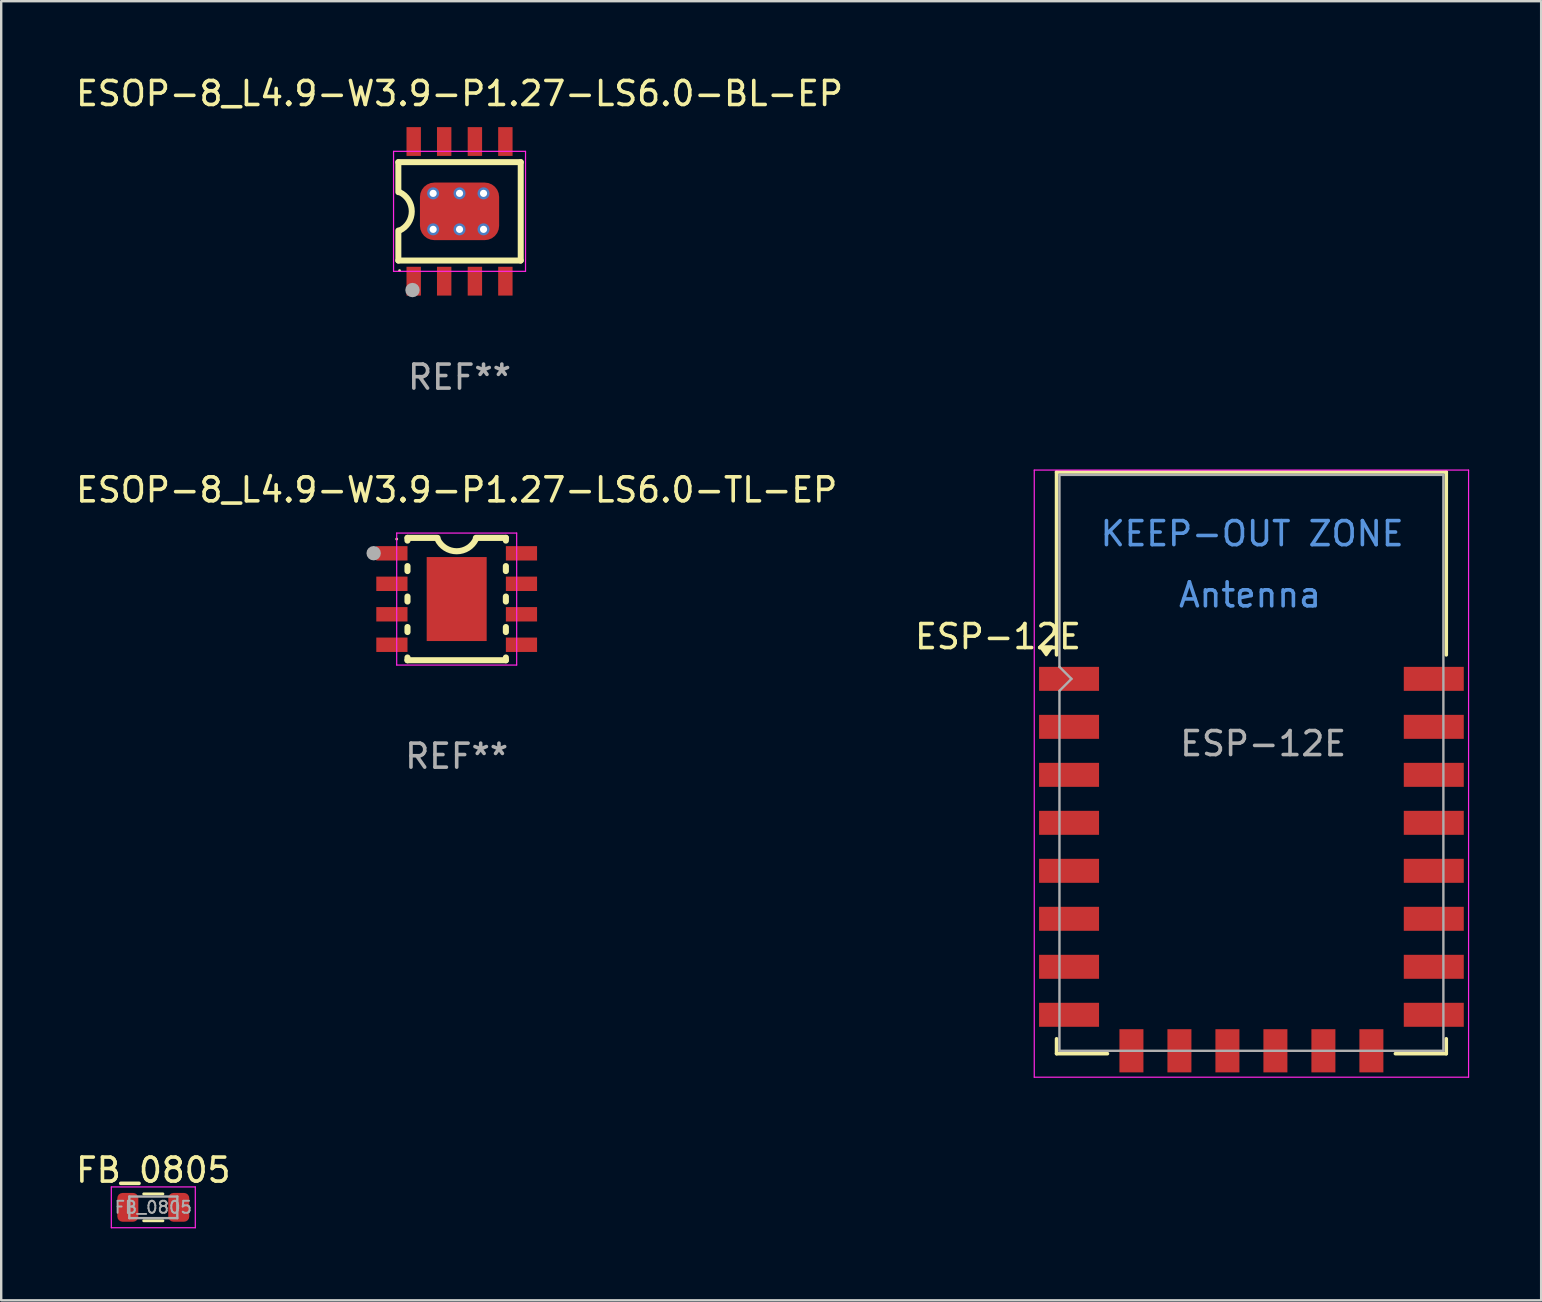
<source format=kicad_pcb>
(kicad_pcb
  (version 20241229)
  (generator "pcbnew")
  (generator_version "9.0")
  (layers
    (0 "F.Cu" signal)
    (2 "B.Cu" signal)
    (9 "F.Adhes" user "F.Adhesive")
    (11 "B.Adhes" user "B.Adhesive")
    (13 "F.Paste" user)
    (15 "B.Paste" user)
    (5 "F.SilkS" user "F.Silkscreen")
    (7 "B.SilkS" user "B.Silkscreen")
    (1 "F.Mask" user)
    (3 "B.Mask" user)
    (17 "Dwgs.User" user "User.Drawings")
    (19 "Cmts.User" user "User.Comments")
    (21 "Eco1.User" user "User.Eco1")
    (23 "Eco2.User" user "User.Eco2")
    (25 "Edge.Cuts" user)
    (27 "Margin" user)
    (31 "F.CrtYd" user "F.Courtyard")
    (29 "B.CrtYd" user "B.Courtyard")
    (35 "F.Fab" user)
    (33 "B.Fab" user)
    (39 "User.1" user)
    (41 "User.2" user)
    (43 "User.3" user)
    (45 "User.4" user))
  (footprint "FB_0805"
    (layer "F.Cu")
    (at 3.339 47.265)
    (property "Reference" "FB_0805" (at 0 -1.55 0) (layer "F.SilkS") (effects (font (size 1 1) (thickness 0.15))))
    (attr smd)
    (fp_line (start -0.4 -0.56) (end 0.4 -0.56) (stroke (width 0.12) (type solid)) (layer "F.SilkS"))
    (fp_line (start -0.4 0.56) (end 0.4 0.56) (stroke (width 0.12) (type solid)) (layer "F.SilkS"))
    (fp_line (start -1.75 -0.85) (end 1.75 -0.85) (stroke (width 0.05) (type solid)) (layer "F.CrtYd"))
    (fp_line (start -1.75 0.85) (end -1.75 -0.85) (stroke (width 0.05) (type solid)) (layer "F.CrtYd"))
    (fp_line (start 1.75 -0.85) (end 1.75 0.85) (stroke (width 0.05) (type solid)) (layer "F.CrtYd"))
    (fp_line (start 1.75 0.85) (end -1.75 0.85) (stroke (width 0.05) (type solid)) (layer "F.CrtYd"))
    (fp_line (start -1 -0.45) (end 1 -0.45) (stroke (width 0.1) (type solid)) (layer "F.Fab"))
    (fp_line (start -1 0.45) (end -1 -0.45) (stroke (width 0.1) (type solid)) (layer "F.Fab"))
    (fp_line (start 1 -0.45) (end 1 0.45) (stroke (width 0.1) (type solid)) (layer "F.Fab"))
    (fp_line (start 1 0.45) (end -1 0.45) (stroke (width 0.1) (type solid)) (layer "F.Fab"))
    (fp_text user "${REFERENCE}" (at 0 0 0) (layer "F.Fab") (effects (font (size 0.5 0.5) (thickness 0.08))))
    (pad "1" smd roundrect (at -1.062 0) (size 0.875 1.2) (layers "F.Cu" "F.Mask" "F.Paste") (roundrect_rratio 0.25))
    (pad "2" smd roundrect (at 1.062 0) (size 0.875 1.2) (layers "F.Cu" "F.Mask" "F.Paste") (roundrect_rratio 0.25)))
  (footprint "ESP-12E"
    (layer "F.Cu")
    (at 49.102 28.741)
    (property "Reference" "ESP-12E" (at -10.56 -5.26 0) (layer "F.SilkS") (effects (font (size 1 1) (thickness 0.15))))
    (attr smd)
    (fp_line (start -8.12 -12.12) (end 8.12 -12.12) (stroke (width 0.15) (type solid)) (layer "F.SilkS"))
    (fp_line (start -8.12 -4.5) (end -8.12 -12.12) (stroke (width 0.15) (type solid)) (layer "F.SilkS"))
    (fp_line (start -8.12 12.12) (end -8.12 11.5) (stroke (width 0.15) (type solid)) (layer "F.SilkS"))
    (fp_line (start -6 12.12) (end -8.12 12.12) (stroke (width 0.15) (type solid)) (layer "F.SilkS"))
    (fp_line (start 8.12 -12.12) (end 8.12 -4.5) (stroke (width 0.15) (type solid)) (layer "F.SilkS"))
    (fp_line (start 8.12 11.5) (end 8.12 12.12) (stroke (width 0.15) (type solid)) (layer "F.SilkS"))
    (fp_line (start 8.12 12.12) (end 6 12.12) (stroke (width 0.15) (type solid)) (layer "F.SilkS"))
    (fp_poly (pts (xy -8.55 -4.5) (xy -8.79 -4.836) (xy -8.31 -4.836) (xy -8.55 -4.5)) (stroke (width 0.12) (type solid)) (fill yes) (layer "F.SilkS"))
    (fp_line (start -9.05 -12.2) (end 9.05 -12.2) (stroke (width 0.05) (type solid)) (layer "F.CrtYd"))
    (fp_line (start -9.05 13.1) (end -9.05 -12.2) (stroke (width 0.05) (type solid)) (layer "F.CrtYd"))
    (fp_line (start 9.05 -12.2) (end 9.05 13.1) (stroke (width 0.05) (type solid)) (layer "F.CrtYd"))
    (fp_line (start 9.05 13.1) (end -9.05 13.1) (stroke (width 0.05) (type solid)) (layer "F.CrtYd"))
    (fp_line (start -8 -12) (end 8 -12) (stroke (width 0.1) (type solid)) (layer "F.Fab"))
    (fp_line (start -8 -4) (end -8 -12) (stroke (width 0.1) (type solid)) (layer "F.Fab"))
    (fp_line (start -8 -3) (end -7.5 -3.5) (stroke (width 0.1) (type solid)) (layer "F.Fab"))
    (fp_line (start -8 12) (end -8 -3) (stroke (width 0.1) (type solid)) (layer "F.Fab"))
    (fp_line (start -7.5 -3.5) (end -8 -4) (stroke (width 0.1) (type solid)) (layer "F.Fab"))
    (fp_line (start 8 -12) (end 8 12) (stroke (width 0.1) (type solid)) (layer "F.Fab"))
    (fp_line (start 8 12) (end -8 12) (stroke (width 0.1) (type solid)) (layer "F.Fab"))
    (fp_text user "Antenna" (at -0.06 -7 180) (layer "Cmts.User") (effects (font (size 1 1) (thickness 0.15))))
    (fp_text user "KEEP-OUT ZONE" (at 0.03 -9.55 180) (layer "Cmts.User") (effects (font (size 1 1) (thickness 0.15))))
    (fp_text user "${REFERENCE}" (at 0.49 -0.8 0) (layer "F.Fab") (effects (font (size 1 1) (thickness 0.15))))
    (pad "1" smd rect (at -7.6 -3.5) (size 2.5 1) (layers "F.Cu" "F.Mask" "F.Paste"))
    (pad "2" smd rect (at -7.6 -1.5) (size 2.5 1) (layers "F.Cu" "F.Mask" "F.Paste"))
    (pad "3" smd rect (at -7.6 0.5) (size 2.5 1) (layers "F.Cu" "F.Mask" "F.Paste"))
    (pad "4" smd rect (at -7.6 2.5) (size 2.5 1) (layers "F.Cu" "F.Mask" "F.Paste"))
    (pad "5" smd rect (at -7.6 4.5) (size 2.5 1) (layers "F.Cu" "F.Mask" "F.Paste"))
    (pad "6" smd rect (at -7.6 6.5) (size 2.5 1) (layers "F.Cu" "F.Mask" "F.Paste"))
    (pad "7" smd rect (at -7.6 8.5) (size 2.5 1) (layers "F.Cu" "F.Mask" "F.Paste"))
    (pad "8" smd rect (at -7.6 10.5) (size 2.5 1) (layers "F.Cu" "F.Mask" "F.Paste"))
    (pad "9" smd rect (at -5 12) (size 1 1.8) (layers "F.Cu" "F.Mask" "F.Paste"))
    (pad "10" smd rect (at -3 12) (size 1 1.8) (layers "F.Cu" "F.Mask" "F.Paste"))
    (pad "11" smd rect (at -1 12) (size 1 1.8) (layers "F.Cu" "F.Mask" "F.Paste"))
    (pad "12" smd rect (at 1 12) (size 1 1.8) (layers "F.Cu" "F.Mask" "F.Paste"))
    (pad "13" smd rect (at 3 12) (size 1 1.8) (layers "F.Cu" "F.Mask" "F.Paste"))
    (pad "14" smd rect (at 5 12) (size 1 1.8) (layers "F.Cu" "F.Mask" "F.Paste"))
    (pad "15" smd rect (at 7.6 10.5) (size 2.5 1) (layers "F.Cu" "F.Mask" "F.Paste"))
    (pad "16" smd rect (at 7.6 8.5) (size 2.5 1) (layers "F.Cu" "F.Mask" "F.Paste"))
    (pad "17" smd rect (at 7.6 6.5) (size 2.5 1) (layers "F.Cu" "F.Mask" "F.Paste"))
    (pad "18" smd rect (at 7.6 4.5) (size 2.5 1) (layers "F.Cu" "F.Mask" "F.Paste"))
    (pad "19" smd rect (at 7.6 2.5) (size 2.5 1) (layers "F.Cu" "F.Mask" "F.Paste"))
    (pad "20" smd rect (at 7.6 0.5) (size 2.5 1) (layers "F.Cu" "F.Mask" "F.Paste"))
    (pad "21" smd rect (at 7.6 -1.5) (size 2.5 1) (layers "F.Cu" "F.Mask" "F.Paste"))
    (pad "22" smd rect (at 7.6 -3.5) (size 2.5 1) (layers "F.Cu" "F.Mask" "F.Paste"))
    (zone (net_name "") (layers "F.Cu" "B.Cu") (hatch full 0.508) (connect_pads) (min_thickness 0.254) (filled_areas_thickness no) (keepout (tracks not_allowed) (vias not_allowed) (pads not_allowed) (copperpour not_allowed) (footprints not_allowed)) (placement (enabled no)) (fill) (polygon (pts (xy 40.982 23.942) (xy 57.222 23.942) (xy 57.222 16.622) (xy 40.982 16.622)))))
  (footprint "ESOP-8_L4.9-W3.9-P1.27-LS6.0-TL-EP"
    (layer "F.Cu")
    (at 15.982 21.915)
    (property "Reference" "ESOP-8_L4.9-W3.9-P1.27-LS6.0-TL-EP" (at 0 -4.55 0) (layer "F.SilkS") (effects (font (size 1 1) (thickness 0.15))))
    (attr smd)
    (fp_line (start -2.05 -2.55) (end -2.05 -2.436) (stroke (width 0.254) (type solid)) (layer "F.SilkS"))
    (fp_line (start -2.05 -1.374) (end -2.05 -1.166) (stroke (width 0.254) (type solid)) (layer "F.SilkS"))
    (fp_line (start -2.05 -0.104) (end -2.05 0.104) (stroke (width 0.254) (type solid)) (layer "F.SilkS"))
    (fp_line (start -2.05 1.166) (end -2.05 1.374) (stroke (width 0.254) (type solid)) (layer "F.SilkS"))
    (fp_line (start -2.05 2.436) (end -2.05 2.55) (stroke (width 0.254) (type solid)) (layer "F.SilkS"))
    (fp_line (start -0.8 -2.55) (end -2.05 -2.55) (stroke (width 0.254) (type solid)) (layer "F.SilkS"))
    (fp_line (start 0.8 -2.55) (end 2.05 -2.55) (stroke (width 0.254) (type solid)) (layer "F.SilkS"))
    (fp_line (start 2.05 -2.55) (end 2.05 -2.436) (stroke (width 0.254) (type solid)) (layer "F.SilkS"))
    (fp_line (start 2.05 -1.374) (end 2.05 -1.166) (stroke (width 0.254) (type solid)) (layer "F.SilkS"))
    (fp_line (start 2.05 -0.104) (end 2.05 0.104) (stroke (width 0.254) (type solid)) (layer "F.SilkS"))
    (fp_line (start 2.05 1.166) (end 2.05 1.374) (stroke (width 0.254) (type solid)) (layer "F.SilkS"))
    (fp_line (start 2.05 2.436) (end 2.05 2.55) (stroke (width 0.254) (type solid)) (layer "F.SilkS"))
    (fp_line (start 2.05 2.55) (end -2.05 2.55) (stroke (width 0.254) (type solid)) (layer "F.SilkS"))
    (fp_arc (start 0.800102 -2.5) (mid 0 -1.991544) (end -0.800102 -2.5) (stroke (width 0.254001) (type solid)) (layer "F.SilkS"))
    (fp_circle (center -2.5 -2.5) (end -2.47 -2.5) (stroke (width 0.06) (type solid)) (fill no) (layer "F.SilkS"))
    (fp_line (start -2.5 -2.75) (end -2.5 2.75) (stroke (width 0.05) (type default)) (layer "F.CrtYd"))
    (fp_line (start -2.5 2.75) (end 2.5 2.75) (stroke (width 0.05) (type default)) (layer "F.CrtYd"))
    (fp_line (start 2.5 -2.75) (end -2.5 -2.75) (stroke (width 0.05) (type default)) (layer "F.CrtYd"))
    (fp_line (start 2.5 2.75) (end 2.5 -2.75) (stroke (width 0.05) (type default)) (layer "F.CrtYd"))
    (fp_circle (center -3.46 -1.91) (end -3.31 -1.91) (stroke (width 0.3) (type solid)) (fill no) (layer "F.Fab"))
    (fp_text user "REF**" (at 0 6.55 0) (layer "F.Fab") (effects (font (size 1 1) (thickness 0.15))))
    (pad "1" smd rect (at -2.7 -1.905) (size 1.3 0.6) (layers "F.Cu" "F.Mask" "F.Paste"))
    (pad "2" smd rect (at -2.7 -0.635) (size 1.3 0.6) (layers "F.Cu" "F.Mask" "F.Paste"))
    (pad "3" smd rect (at -2.7 0.635) (size 1.3 0.6) (layers "F.Cu" "F.Mask" "F.Paste"))
    (pad "4" smd rect (at -2.7 1.905) (size 1.3 0.6) (layers "F.Cu" "F.Mask" "F.Paste"))
    (pad "5" smd rect (at 2.7 1.905) (size 1.3 0.6) (layers "F.Cu" "F.Mask" "F.Paste"))
    (pad "6" smd rect (at 2.7 0.635) (size 1.3 0.6) (layers "F.Cu" "F.Mask" "F.Paste"))
    (pad "7" smd rect (at 2.7 -0.635) (size 1.3 0.6) (layers "F.Cu" "F.Mask" "F.Paste"))
    (pad "8" smd rect (at 2.7 -1.905) (size 1.3 0.6) (layers "F.Cu" "F.Mask" "F.Paste"))
    (pad "9" smd rect (at 0.000127 0) (size 2.5 3.5) (layers "F.Cu" "F.Mask" "F.Paste")))
  (footprint "ESOP-8_L4.9-W3.9-P1.27-LS6.0-BL-EP"
    (layer "F.Cu")
    (at 16.101 5.758)
    (property "Reference" "ESOP-8_L4.9-W3.9-P1.27-LS6.0-BL-EP" (at 0 -4.91 0) (layer "F.SilkS") (effects (font (size 1 1) (thickness 0.15))))
    (attr smd)
    (fp_line (start -2.55 -2.05) (end 2.55 -2.05) (stroke (width 0.25) (type solid)) (layer "F.SilkS"))
    (fp_line (start -2.55 -0.8) (end -2.55 -2.05) (stroke (width 0.25) (type solid)) (layer "F.SilkS"))
    (fp_line (start -2.55 0.8) (end -2.55 2.05) (stroke (width 0.25) (type solid)) (layer "F.SilkS"))
    (fp_line (start 2.55 -2.05) (end 2.55 2.05) (stroke (width 0.25) (type solid)) (layer "F.SilkS"))
    (fp_line (start 2.55 2.05) (end -2.55 2.05) (stroke (width 0.25) (type solid)) (layer "F.SilkS"))
    (fp_arc (start -2.5 -0.8) (mid -1.99 0) (end -2.5 0.8) (stroke (width 0.25) (type solid)) (layer "F.SilkS"))
    (fp_circle (center -2.5 2.47) (end -2.47 2.47) (stroke (width 0.06) (type solid)) (fill no) (layer "F.SilkS"))
    (fp_line (start -2.75 -2.5) (end 2.75 -2.5) (stroke (width 0.05) (type default)) (layer "F.CrtYd"))
    (fp_line (start -2.75 2.5) (end -2.75 -2.5) (stroke (width 0.05) (type default)) (layer "F.CrtYd"))
    (fp_line (start 2.75 -2.5) (end 2.75 2.5) (stroke (width 0.05) (type default)) (layer "F.CrtYd"))
    (fp_line (start 2.75 2.5) (end -2.75 2.5) (stroke (width 0.05) (type default)) (layer "F.CrtYd"))
    (fp_circle (center -1.96 3.28) (end -1.81 3.28) (stroke (width 0.3) (type solid)) (fill no) (layer "F.Fab"))
    (fp_text user "REF**" (at 0 6.91 0) (layer "F.Fab") (effects (font (size 1 1) (thickness 0.15))))
    (pad "1" smd rect (at -1.91 2.91) (size 0.6 1.2) (layers "F.Cu" "F.Mask" "F.Paste"))
    (pad "2" smd rect (at -0.64 2.91) (size 0.6 1.2) (layers "F.Cu" "F.Mask" "F.Paste"))
    (pad "3" smd rect (at 0.64 2.91) (size 0.6 1.2) (layers "F.Cu" "F.Mask" "F.Paste"))
    (pad "4" smd rect (at 1.91 2.91) (size 0.6 1.2) (layers "F.Cu" "F.Mask" "F.Paste"))
    (pad "5" smd rect (at 1.91 -2.91) (size 0.6 1.2) (layers "F.Cu" "F.Mask" "F.Paste"))
    (pad "6" smd rect (at 0.64 -2.91) (size 0.6 1.2) (layers "F.Cu" "F.Mask" "F.Paste"))
    (pad "7" smd rect (at -0.64 -2.91) (size 0.6 1.2) (layers "F.Cu" "F.Mask" "F.Paste"))
    (pad "8" smd rect (at -1.91 -2.91) (size 0.6 1.2) (layers "F.Cu" "F.Mask" "F.Paste"))
    (pad "9" thru_hole circle (at -1.1 -0.75) (size 0.5 0.5) (drill 0.3) (layers "*.Cu"))
    (pad "9" thru_hole circle (at -1.1 0.75) (size 0.5 0.5) (drill 0.3) (layers "*.Cu"))
    (pad "9" thru_hole circle (at 0 -0.75) (size 0.5 0.5) (drill 0.3) (layers "*.Cu"))
    (pad "9" smd roundrect (at 0 0 180) (size 3.3 2.4) (layers "F.Cu" "F.Mask" "F.Paste") (roundrect_rratio 0.25))
    (pad "9" thru_hole circle (at 0 0.75) (size 0.5 0.5) (drill 0.3) (layers "*.Cu"))
    (pad "9" thru_hole circle (at 1 -0.75) (size 0.5 0.5) (drill 0.3) (layers "*.Cu"))
    (pad "9" thru_hole circle (at 1 0.75) (size 0.5 0.5) (drill 0.3) (layers "*.Cu")))
  (gr_rect
    (start -3 -3)
    (end 61.177 51.14)
    (stroke (width 0.1) (type default))
    (fill no)
    (layer "Edge.Cuts")))
</source>
